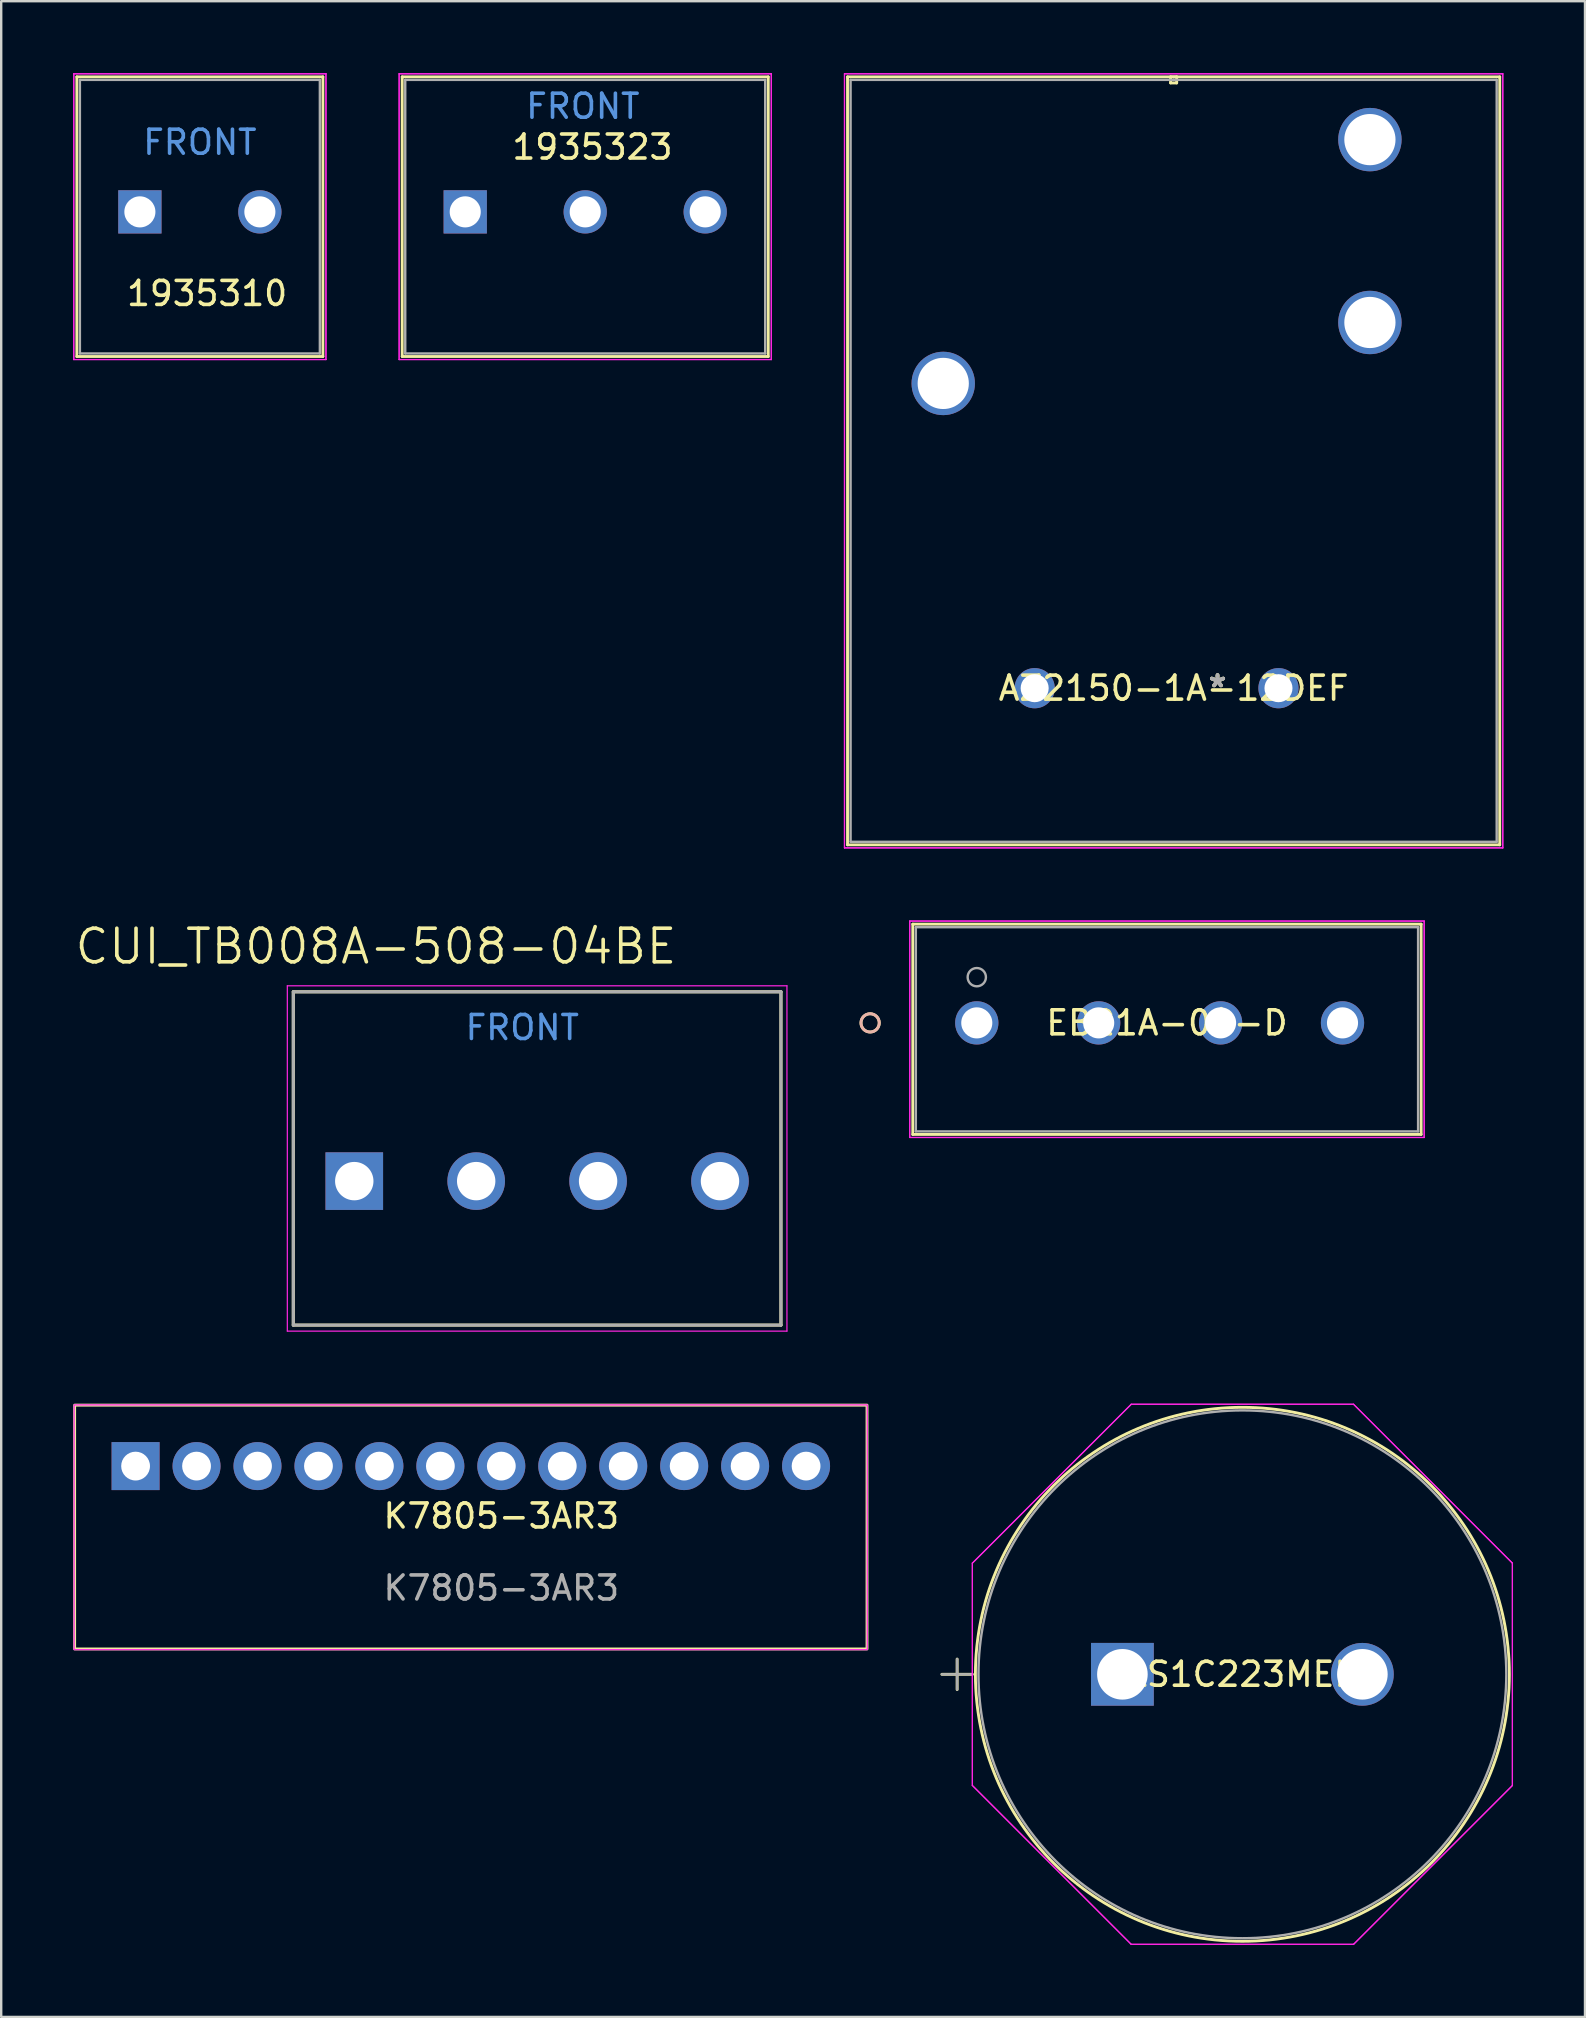
<source format=kicad_pcb>
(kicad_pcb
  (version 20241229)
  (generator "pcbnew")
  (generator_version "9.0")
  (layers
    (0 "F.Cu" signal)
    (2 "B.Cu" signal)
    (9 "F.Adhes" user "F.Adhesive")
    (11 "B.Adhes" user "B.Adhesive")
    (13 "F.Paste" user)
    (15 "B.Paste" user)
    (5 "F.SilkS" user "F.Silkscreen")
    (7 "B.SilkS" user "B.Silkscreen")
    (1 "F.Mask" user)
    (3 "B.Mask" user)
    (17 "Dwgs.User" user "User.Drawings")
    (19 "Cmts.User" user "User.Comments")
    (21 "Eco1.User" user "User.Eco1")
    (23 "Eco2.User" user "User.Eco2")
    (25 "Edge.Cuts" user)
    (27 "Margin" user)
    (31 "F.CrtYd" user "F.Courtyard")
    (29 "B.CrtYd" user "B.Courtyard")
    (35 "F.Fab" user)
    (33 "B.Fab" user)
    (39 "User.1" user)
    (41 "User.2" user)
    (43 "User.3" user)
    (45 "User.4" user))
  (footprint "LLS1C223MELZ"
    (layer "F.Cu")
    (at 43.722 66.721)
    (property "Reference" "LLS1C223MELZ" (at 5 0 0) (layer "F.SilkS") (effects (font (size 1 1) (thickness 0.15))))
    (attr through_hole)
    (fp_line (start -7.522 0) (end -6.252 0) (stroke (width 0.12) (type solid)) (layer "F.SilkS"))
    (fp_line (start -6.887 -0.635) (end -6.887 0.635) (stroke (width 0.12) (type solid)) (layer "F.SilkS"))
    (fp_circle (center 5 0) (end 16.125 0) (stroke (width 0.12) (type solid)) (fill no) (layer "F.SilkS"))
    (fp_line (start -6.252 -4.633) (end 0.367 -11.252) (stroke (width 0.05) (type solid)) (layer "F.CrtYd"))
    (fp_line (start -6.252 -4.633) (end 0.367 -11.252) (stroke (width 0.05) (type solid)) (layer "F.CrtYd"))
    (fp_line (start -6.252 4.633) (end -6.252 -4.633) (stroke (width 0.05) (type solid)) (layer "F.CrtYd"))
    (fp_line (start -6.252 4.633) (end -6.252 -4.633) (stroke (width 0.05) (type solid)) (layer "F.CrtYd"))
    (fp_line (start 0.367 -11.252) (end 9.633 -11.252) (stroke (width 0.05) (type solid)) (layer "F.CrtYd"))
    (fp_line (start 0.367 -11.252) (end 9.633 -11.252) (stroke (width 0.05) (type solid)) (layer "F.CrtYd"))
    (fp_line (start 0.367 11.252) (end -6.252 4.633) (stroke (width 0.05) (type solid)) (layer "F.CrtYd"))
    (fp_line (start 0.367 11.252) (end -6.252 4.633) (stroke (width 0.05) (type solid)) (layer "F.CrtYd"))
    (fp_line (start 9.633 -11.252) (end 16.252 -4.633) (stroke (width 0.05) (type solid)) (layer "F.CrtYd"))
    (fp_line (start 9.633 -11.252) (end 16.252 -4.633) (stroke (width 0.05) (type solid)) (layer "F.CrtYd"))
    (fp_line (start 9.633 11.252) (end 0.367 11.252) (stroke (width 0.05) (type solid)) (layer "F.CrtYd"))
    (fp_line (start 9.633 11.252) (end 0.367 11.252) (stroke (width 0.05) (type solid)) (layer "F.CrtYd"))
    (fp_line (start 16.252 -4.633) (end 16.252 4.633) (stroke (width 0.05) (type solid)) (layer "F.CrtYd"))
    (fp_line (start 16.252 -4.633) (end 16.252 4.633) (stroke (width 0.05) (type solid)) (layer "F.CrtYd"))
    (fp_line (start 16.252 4.633) (end 9.633 11.252) (stroke (width 0.05) (type solid)) (layer "F.CrtYd"))
    (fp_line (start 16.252 4.633) (end 9.633 11.252) (stroke (width 0.05) (type solid)) (layer "F.CrtYd"))
    (fp_line (start -7.522 0) (end -6.252 0) (stroke (width 0.1) (type solid)) (layer "F.Fab"))
    (fp_line (start -6.887 -0.635) (end -6.887 0.635) (stroke (width 0.1) (type solid)) (layer "F.Fab"))
    (fp_circle (center 5 0) (end 15.998 0) (stroke (width 0.1) (type solid)) (fill no) (layer "F.Fab"))
    (fp_text user "*" (at 0 0 0) (layer "F.Fab") (effects (font (size 1 1) (thickness 0.15))))
    (pad "1" thru_hole rect (at 0 0) (size 2.616 2.616) (drill 2.108) (layers "*.Cu" "*.Mask"))
    (pad "2" thru_hole circle (at 10 0) (size 2.616 2.616) (drill 2.108) (layers "*.Cu" "*.Mask")))
  (footprint "EB21A-04-D"
    (layer "F.Cu")
    (at 37.654 39.575)
    (property "Reference" "EB21A-04-D" (at 7.925 0 0) (layer "F.SilkS") (effects (font (size 1 1) (thickness 0.15))))
    (attr through_hole)
    (fp_line (start -2.667 -4.115) (end -2.667 4.648) (stroke (width 0.12) (type solid)) (layer "F.SilkS"))
    (fp_line (start -2.667 4.648) (end 18.517 4.648) (stroke (width 0.12) (type solid)) (layer "F.SilkS"))
    (fp_line (start 18.517 -4.115) (end -2.667 -4.115) (stroke (width 0.12) (type solid)) (layer "F.SilkS"))
    (fp_line (start 18.517 4.648) (end 18.517 -4.115) (stroke (width 0.12) (type solid)) (layer "F.SilkS"))
    (fp_circle (center -4.445 0) (end -4.064 0) (stroke (width 0.12) (type solid)) (fill no) (layer "F.SilkS"))
    (fp_circle (center -4.445 0) (end -4.064 0) (stroke (width 0.12) (type solid)) (fill no) (layer "B.SilkS"))
    (fp_line (start -2.794 -4.242) (end -2.794 4.775) (stroke (width 0.05) (type solid)) (layer "F.CrtYd"))
    (fp_line (start -2.794 -4.242) (end -2.794 4.775) (stroke (width 0.05) (type solid)) (layer "F.CrtYd"))
    (fp_line (start -2.794 4.775) (end 18.644 4.775) (stroke (width 0.05) (type solid)) (layer "F.CrtYd"))
    (fp_line (start -2.794 4.775) (end 18.644 4.775) (stroke (width 0.05) (type solid)) (layer "F.CrtYd"))
    (fp_line (start 18.644 -4.242) (end -2.794 -4.242) (stroke (width 0.05) (type solid)) (layer "F.CrtYd"))
    (fp_line (start 18.644 -4.242) (end -2.794 -4.242) (stroke (width 0.05) (type solid)) (layer "F.CrtYd"))
    (fp_line (start 18.644 4.775) (end 18.644 -4.242) (stroke (width 0.05) (type solid)) (layer "F.CrtYd"))
    (fp_line (start 18.644 4.775) (end 18.644 -4.242) (stroke (width 0.05) (type solid)) (layer "F.CrtYd"))
    (fp_line (start -2.54 -3.988) (end -2.54 4.521) (stroke (width 0.1) (type solid)) (layer "F.Fab"))
    (fp_line (start -2.54 4.521) (end 18.39 4.521) (stroke (width 0.1) (type solid)) (layer "F.Fab"))
    (fp_line (start 18.39 -3.988) (end -2.54 -3.988) (stroke (width 0.1) (type solid)) (layer "F.Fab"))
    (fp_line (start 18.39 4.521) (end 18.39 -3.988) (stroke (width 0.1) (type solid)) (layer "F.Fab"))
    (fp_circle (center 0 -1.905) (end 0.381 -1.905) (stroke (width 0.1) (type solid)) (fill no) (layer "F.Fab"))
    (fp_text user "*" (at 0 0 0) (layer "F.SilkS") (effects (font (size 1 1) (thickness 0.15))))
    (fp_text user "*" (at 0 0 0) (layer "F.Fab") (effects (font (size 1 1) (thickness 0.15))))
    (pad "1" thru_hole circle (at 0 0) (size 1.803 1.803) (drill 1.295) (layers "*.Cu" "*.Mask"))
    (pad "2" thru_hole circle (at 5.08 0) (size 1.803 1.803) (drill 1.295) (layers "*.Cu" "*.Mask"))
    (pad "3" thru_hole circle (at 10.16 0) (size 1.803 1.803) (drill 1.295) (layers "*.Cu" "*.Mask"))
    (pad "4" thru_hole circle (at 15.24 0) (size 1.803 1.803) (drill 1.295) (layers "*.Cu" "*.Mask")))
  (footprint "1935323"
    (layer "F.Cu")
    (at 16.337 5.779)
    (property "Reference" "1935323" (at 5.3 -2.7 0) (layer "F.SilkS") (effects (font (size 1 1) (thickness 0.15))))
    (attr through_hole)
    (fp_line (start -2.627 -5.627) (end -2.627 6.027) (stroke (width 0.12) (type solid)) (layer "F.SilkS"))
    (fp_line (start -2.627 6.027) (end 12.627 6.027) (stroke (width 0.12) (type solid)) (layer "F.SilkS"))
    (fp_line (start 12.627 -5.627) (end -2.627 -5.627) (stroke (width 0.12) (type solid)) (layer "F.SilkS"))
    (fp_line (start 12.627 6.027) (end 12.627 -5.627) (stroke (width 0.12) (type solid)) (layer "F.SilkS"))
    (fp_line (start -2.754 -5.754) (end -2.754 6.154) (stroke (width 0.05) (type solid)) (layer "F.CrtYd"))
    (fp_line (start -2.754 -5.754) (end -2.754 6.154) (stroke (width 0.05) (type solid)) (layer "F.CrtYd"))
    (fp_line (start -2.754 6.154) (end 12.754 6.154) (stroke (width 0.05) (type solid)) (layer "F.CrtYd"))
    (fp_line (start -2.754 6.154) (end 12.754 6.154) (stroke (width 0.05) (type solid)) (layer "F.CrtYd"))
    (fp_line (start 12.754 -5.754) (end -2.754 -5.754) (stroke (width 0.05) (type solid)) (layer "F.CrtYd"))
    (fp_line (start 12.754 -5.754) (end -2.754 -5.754) (stroke (width 0.05) (type solid)) (layer "F.CrtYd"))
    (fp_line (start 12.754 6.154) (end 12.754 -5.754) (stroke (width 0.05) (type solid)) (layer "F.CrtYd"))
    (fp_line (start 12.754 6.154) (end 12.754 -5.754) (stroke (width 0.05) (type solid)) (layer "F.CrtYd"))
    (fp_line (start -2.5 -5.5) (end -2.5 5.9) (stroke (width 0.1) (type solid)) (layer "F.Fab"))
    (fp_line (start -2.5 5.9) (end 12.5 5.9) (stroke (width 0.1) (type solid)) (layer "F.Fab"))
    (fp_line (start 12.5 -5.5) (end -2.5 -5.5) (stroke (width 0.1) (type solid)) (layer "F.Fab"))
    (fp_line (start 12.5 5.9) (end 12.5 -5.5) (stroke (width 0.1) (type solid)) (layer "F.Fab"))
    (fp_text user "FRONT" (at 4.9 -4.4 0) (unlocked yes) (layer "Cmts.User") (effects (font (size 1 1) (thickness 0.15))))
    (fp_text user "*" (at 0 0 0) (layer "F.Fab") (effects (font (size 1 1) (thickness 0.15))))
    (pad "1" thru_hole rect (at 0 0) (size 1.803 1.803) (drill 1.295) (layers "*.Cu" "*.Mask"))
    (pad "2" thru_hole circle (at 5 0) (size 1.803 1.803) (drill 1.295) (layers "*.Cu" "*.Mask"))
    (pad "3" thru_hole circle (at 10 0) (size 1.803 1.803) (drill 1.295) (layers "*.Cu" "*.Mask")))
  (footprint "CUI_TB008A-508-04BE"
    (layer "F.Cu")
    (at 11.713 46.169)
    (property "Reference" "CUI_TB008A-508-04BE" (at 0.905 -9.779 0) (layer "F.SilkS") (effects (font (size 1.4 1.4) (thickness 0.15))))
    (attr through_hole)
    (fp_line (start -2.54 -7.89) (end 17.78 -7.89) (stroke (width 0.127) (type solid)) (layer "F.SilkS"))
    (fp_line (start -2.54 6) (end -2.54 -7.89) (stroke (width 0.127) (type solid)) (layer "F.SilkS"))
    (fp_line (start 17.78 -7.89) (end 17.78 6) (stroke (width 0.127) (type solid)) (layer "F.SilkS"))
    (fp_line (start 17.78 6) (end -2.54 6) (stroke (width 0.127) (type solid)) (layer "F.SilkS"))
    (fp_line (start -2.79 -8.14) (end 18.03 -8.14) (stroke (width 0.05) (type solid)) (layer "F.CrtYd"))
    (fp_line (start -2.79 6.25) (end -2.79 -8.14) (stroke (width 0.05) (type solid)) (layer "F.CrtYd"))
    (fp_line (start 18.03 -8.14) (end 18.03 6.25) (stroke (width 0.05) (type solid)) (layer "F.CrtYd"))
    (fp_line (start 18.03 6.25) (end -2.79 6.25) (stroke (width 0.05) (type solid)) (layer "F.CrtYd"))
    (fp_line (start -2.54 -7.89) (end 17.78 -7.89) (stroke (width 0.127) (type solid)) (layer "F.Fab"))
    (fp_line (start -2.54 6) (end -2.54 -7.89) (stroke (width 0.127) (type solid)) (layer "F.Fab"))
    (fp_line (start 17.78 -7.89) (end 17.78 6) (stroke (width 0.127) (type solid)) (layer "F.Fab"))
    (fp_line (start 17.78 6) (end -2.54 6) (stroke (width 0.127) (type solid)) (layer "F.Fab"))
    (fp_text user "FRONT" (at 7 -6.4 0) (unlocked yes) (layer "Cmts.User") (effects (font (size 1 1) (thickness 0.15))))
    (pad "1" thru_hole rect (at 0 0) (size 2.4 2.4) (drill 1.6) (layers "*.Cu" "*.Mask"))
    (pad "2" thru_hole circle (at 5.08 0) (size 2.4 2.4) (drill 1.6) (layers "*.Cu" "*.Mask"))
    (pad "3" thru_hole circle (at 10.16 0) (size 2.4 2.4) (drill 1.6) (layers "*.Cu" "*.Mask"))
    (pad "4" thru_hole circle (at 15.24 0) (size 2.4 2.4) (drill 1.6) (layers "*.Cu" "*.Mask")))
  (footprint "K7805-3AR3"
    (layer "F.Cu")
    (at 16.59 60.644)
    (property "Reference" "K7805-3AR3" (at 1.25 -0.52 0) (unlocked yes) (layer "F.SilkS") (effects (font (size 1 1) (thickness 0.15))))
    (attr through_hole)
    (fp_rect (start -16.53 -5.14) (end 16.49 5.02) (stroke (width 0.12) (type solid)) (fill no) (layer "F.SilkS"))
    (fp_rect (start -16.55 -5.15) (end 16.5 5.05) (stroke (width 0.05) (type solid)) (fill no) (layer "F.CrtYd"))
    (fp_text user "${REFERENCE}" (at 1.25 2.48 0) (unlocked yes) (layer "F.Fab") (effects (font (size 1 1) (thickness 0.15))))
    (pad "1" thru_hole rect (at -13.99 -2.6) (size 2 2) (drill 1.2) (layers "*.Cu" "*.Mask"))
    (pad "2" thru_hole circle (at -11.45 -2.6) (size 2 2) (drill 1.2) (layers "*.Cu" "*.Mask"))
    (pad "3" thru_hole circle (at -8.91 -2.6) (size 2 2) (drill 1.2) (layers "*.Cu" "*.Mask"))
    (pad "4" thru_hole circle (at -6.37 -2.6) (size 2 2) (drill 1.2) (layers "*.Cu" "*.Mask"))
    (pad "5" thru_hole circle (at -3.83 -2.6) (size 2 2) (drill 1.2) (layers "*.Cu" "*.Mask"))
    (pad "6" thru_hole circle (at -1.29 -2.6) (size 2 2) (drill 1.2) (layers "*.Cu" "*.Mask"))
    (pad "7" thru_hole circle (at 1.25 -2.6) (size 2 2) (drill 1.2) (layers "*.Cu" "*.Mask"))
    (pad "8" thru_hole circle (at 3.79 -2.6) (size 2 2) (drill 1.2) (layers "*.Cu" "*.Mask"))
    (pad "9" thru_hole circle (at 6.33 -2.6) (size 2 2) (drill 1.2) (layers "*.Cu" "*.Mask"))
    (pad "10" thru_hole circle (at 8.87 -2.6) (size 2 2) (drill 1.2) (layers "*.Cu" "*.Mask"))
    (pad "11" thru_hole circle (at 11.41 -2.6) (size 2 2) (drill 1.2) (layers "*.Cu" "*.Mask"))
    (pad "12" thru_hole circle (at 13.95 -2.6) (size 2 2) (drill 1.2) (layers "*.Cu" "*.Mask")))
  (footprint "AZ2150-1A-12DEF"
    (layer "F.Cu")
    (at 50.226 25.628)
    (property "Reference" "AZ2150-1A-12DEF" (at -4.369 0 0) (layer "F.SilkS") (effects (font (size 1 1) (thickness 0.15))))
    (attr through_hole)
    (fp_line (start -17.958 -25.476) (end -17.958 6.528) (stroke (width 0.12) (type solid)) (layer "F.SilkS"))
    (fp_line (start -17.958 6.528) (end 9.22 6.528) (stroke (width 0.12) (type solid)) (layer "F.SilkS"))
    (fp_line (start -4.496 -25.476) (end -4.496 -25.222) (stroke (width 0.12) (type solid)) (layer "F.SilkS"))
    (fp_line (start -4.496 -25.222) (end -4.242 -25.222) (stroke (width 0.12) (type solid)) (layer "F.SilkS"))
    (fp_line (start -4.242 -25.476) (end -4.496 -25.476) (stroke (width 0.12) (type solid)) (layer "F.SilkS"))
    (fp_line (start -4.242 -25.222) (end -4.242 -25.476) (stroke (width 0.12) (type solid)) (layer "F.SilkS"))
    (fp_line (start 9.22 -25.476) (end -17.958 -25.476) (stroke (width 0.12) (type solid)) (layer "F.SilkS"))
    (fp_line (start 9.22 6.528) (end 9.22 -25.476) (stroke (width 0.12) (type solid)) (layer "F.SilkS"))
    (fp_line (start -18.085 -25.603) (end -18.085 6.655) (stroke (width 0.05) (type solid)) (layer "F.CrtYd"))
    (fp_line (start -18.085 -25.603) (end -18.085 6.655) (stroke (width 0.05) (type solid)) (layer "F.CrtYd"))
    (fp_line (start -18.085 6.655) (end 9.347 6.655) (stroke (width 0.05) (type solid)) (layer "F.CrtYd"))
    (fp_line (start -18.085 6.655) (end 9.347 6.655) (stroke (width 0.05) (type solid)) (layer "F.CrtYd"))
    (fp_line (start 9.347 -25.603) (end -18.085 -25.603) (stroke (width 0.05) (type solid)) (layer "F.CrtYd"))
    (fp_line (start 9.347 -25.603) (end -18.085 -25.603) (stroke (width 0.05) (type solid)) (layer "F.CrtYd"))
    (fp_line (start 9.347 6.655) (end 9.347 -25.603) (stroke (width 0.05) (type solid)) (layer "F.CrtYd"))
    (fp_line (start 9.347 6.655) (end 9.347 -25.603) (stroke (width 0.05) (type solid)) (layer "F.CrtYd"))
    (fp_line (start -17.831 -25.349) (end -17.831 6.401) (stroke (width 0.1) (type solid)) (layer "F.Fab"))
    (fp_line (start -17.831 6.401) (end 9.093 6.401) (stroke (width 0.1) (type solid)) (layer "F.Fab"))
    (fp_line (start -4.369 -25.349) (end -4.369 -25.349) (stroke (width 0.1) (type solid)) (layer "F.Fab"))
    (fp_line (start -4.369 -25.349) (end -4.369 -25.349) (stroke (width 0.1) (type solid)) (layer "F.Fab"))
    (fp_line (start -4.369 -25.349) (end -4.369 -25.349) (stroke (width 0.1) (type solid)) (layer "F.Fab"))
    (fp_line (start -4.369 -25.349) (end -4.369 -25.349) (stroke (width 0.1) (type solid)) (layer "F.Fab"))
    (fp_line (start 9.093 -25.349) (end -17.831 -25.349) (stroke (width 0.1) (type solid)) (layer "F.Fab"))
    (fp_line (start 9.093 6.401) (end 9.093 -25.349) (stroke (width 0.1) (type solid)) (layer "F.Fab"))
    (fp_text user "*" (at -2.54 0 0) (layer "F.SilkS") (effects (font (size 1 1) (thickness 0.15))))
    (fp_text user "*" (at -2.54 0 0) (layer "F.SilkS") (effects (font (size 1 1) (thickness 0.15))))
    (fp_text user "*" (at -2.54 0 0) (layer "F.Fab") (effects (font (size 1 1) (thickness 0.15))))
    (fp_text user "*" (at -2.54 0 0) (layer "F.Fab") (effects (font (size 1 1) (thickness 0.15))))
    (pad "1" thru_hole circle (at 0 0) (size 1.676 1.676) (drill 1.168) (layers "*.Cu" "*.Mask"))
    (pad "2" thru_hole circle (at 3.81 -15.24) (size 2.642 2.642) (drill 2.134) (layers "*.Cu" "*.Mask"))
    (pad "3" thru_hole circle (at 3.81 -22.86) (size 2.642 2.642) (drill 2.134) (layers "*.Cu" "*.Mask"))
    (pad "4" thru_hole circle (at -13.97 -12.7) (size 2.642 2.642) (drill 2.134) (layers "*.Cu" "*.Mask"))
    (pad "5" thru_hole circle (at -10.16 0) (size 1.676 1.676) (drill 1.168) (layers "*.Cu" "*.Mask")))
  (footprint "1935310"
    (layer "F.Cu")
    (at 2.779 5.779)
    (property "Reference" "1935310" (at 2.8 3.4 0) (layer "F.SilkS") (effects (font (size 1 1) (thickness 0.15))))
    (attr through_hole)
    (fp_line (start -2.627 -5.627) (end -2.627 6.027) (stroke (width 0.12) (type solid)) (layer "F.SilkS"))
    (fp_line (start -2.627 6.027) (end 7.627 6.027) (stroke (width 0.12) (type solid)) (layer "F.SilkS"))
    (fp_line (start 7.627 -5.627) (end -2.627 -5.627) (stroke (width 0.12) (type solid)) (layer "F.SilkS"))
    (fp_line (start 7.627 6.027) (end 7.627 -5.627) (stroke (width 0.12) (type solid)) (layer "F.SilkS"))
    (fp_line (start -2.754 -5.754) (end -2.754 6.154) (stroke (width 0.05) (type solid)) (layer "F.CrtYd"))
    (fp_line (start -2.754 -5.754) (end -2.754 6.154) (stroke (width 0.05) (type solid)) (layer "F.CrtYd"))
    (fp_line (start -2.754 6.154) (end 7.754 6.154) (stroke (width 0.05) (type solid)) (layer "F.CrtYd"))
    (fp_line (start -2.754 6.154) (end 7.754 6.154) (stroke (width 0.05) (type solid)) (layer "F.CrtYd"))
    (fp_line (start 7.754 -5.754) (end -2.754 -5.754) (stroke (width 0.05) (type solid)) (layer "F.CrtYd"))
    (fp_line (start 7.754 -5.754) (end -2.754 -5.754) (stroke (width 0.05) (type solid)) (layer "F.CrtYd"))
    (fp_line (start 7.754 6.154) (end 7.754 -5.754) (stroke (width 0.05) (type solid)) (layer "F.CrtYd"))
    (fp_line (start 7.754 6.154) (end 7.754 -5.754) (stroke (width 0.05) (type solid)) (layer "F.CrtYd"))
    (fp_line (start -2.5 -5.5) (end -2.5 5.9) (stroke (width 0.1) (type solid)) (layer "F.Fab"))
    (fp_line (start -2.5 5.9) (end 7.5 5.9) (stroke (width 0.1) (type solid)) (layer "F.Fab"))
    (fp_line (start 7.5 -5.5) (end -2.5 -5.5) (stroke (width 0.1) (type solid)) (layer "F.Fab"))
    (fp_line (start 7.5 5.9) (end 7.5 -5.5) (stroke (width 0.1) (type solid)) (layer "F.Fab"))
    (fp_text user "FRONT" (at 2.5 -2.9 0) (unlocked yes) (layer "Cmts.User") (effects (font (size 1 1) (thickness 0.15))))
    (fp_text user "*" (at 0 0 0) (layer "F.Fab") (effects (font (size 1 1) (thickness 0.15))))
    (pad "1" thru_hole rect (at 0 0) (size 1.803 1.803) (drill 1.295) (layers "*.Cu" "*.Mask"))
    (pad "2" thru_hole circle (at 5 0) (size 1.803 1.803) (drill 1.295) (layers "*.Cu" "*.Mask")))
  (gr_rect
    (start -3 -3)
    (end 62.999 80.999)
    (stroke (width 0.1) (type default))
    (fill no)
    (layer "Edge.Cuts")))
</source>
